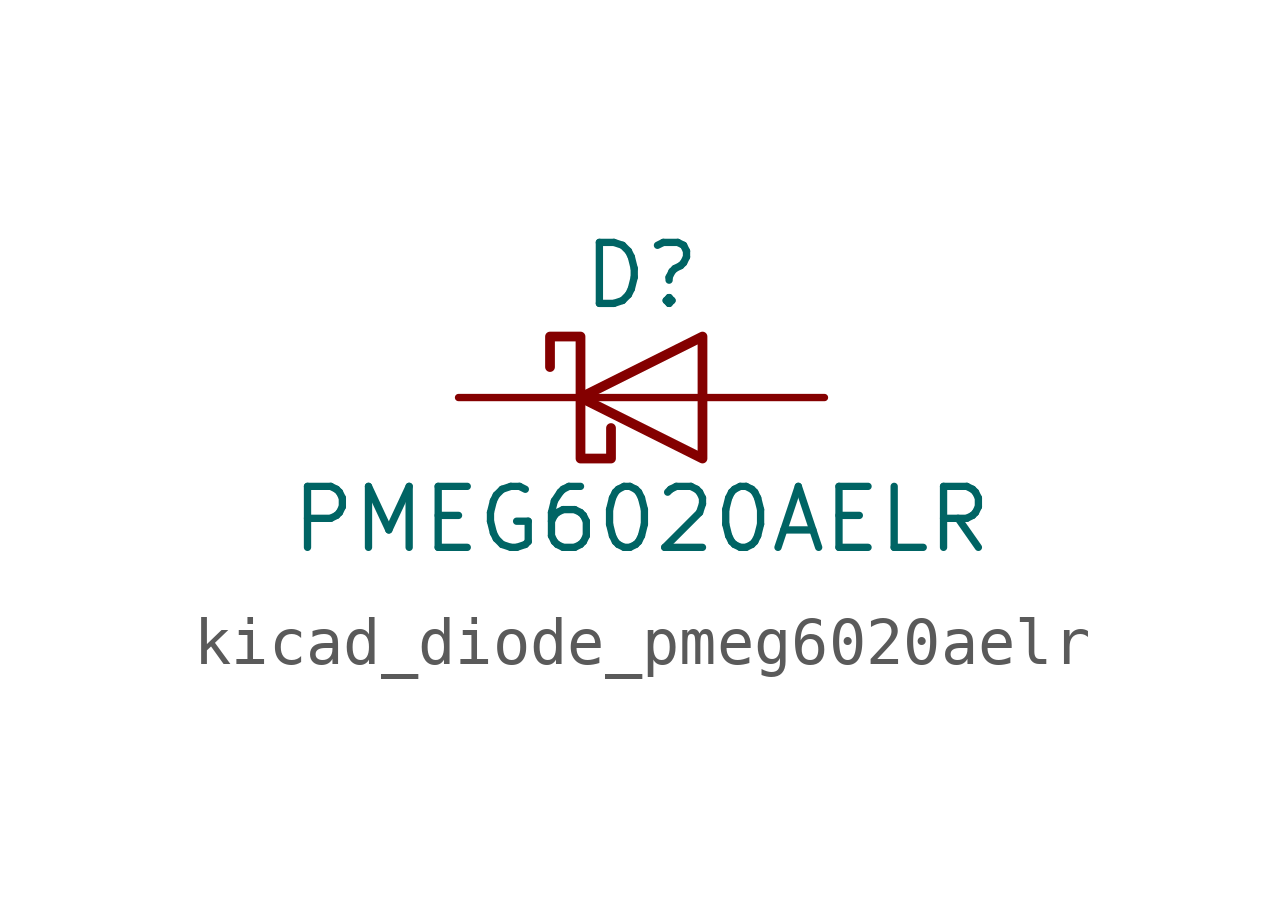
<source format=kicad_sym>
(kicad_symbol_lib
  (version 20220914)
  (generator kicad_symbol_editor)
  (symbol "kicad_diode_pmeg6020aelr"
    (pin_numbers hide)
    (pin_names hide)
    (property "Reference" "D"
      (at 0 2.54 0)
      (effects (font (size 1.27 1.27))))
    (property "Value" "PMEG6020AELR"
      (at 0 -2.54 0)
      (effects (font (size 1.27 1.27))))
    (symbol "kicad_diode_pmeg6020aelr_0_1"
      (polyline (pts (xy 1.27 0) (xy -1.27 0)) (stroke (width 0) (type default)) (fill (type none)))
      (polyline (pts (xy 1.27 1.27) (xy 1.27 -1.27) (xy -1.27 0) (xy 1.27 1.27)) (stroke (width 0.203) (type default)) (fill (type none)))
      (polyline (pts (xy -1.905 0.635) (xy -1.905 1.27) (xy -1.27 1.27) (xy -1.27 -1.27) (xy -0.635 -1.27) (xy -0.635 -0.635)) (stroke (width 0.203) (type default)) (fill (type none))))
    (symbol "kicad_diode_pmeg6020aelr_1_1"
      (pin passive line (at -3.81 0 0) (length 2.54) (name "K" (effects (font (size 1.27 1.27)))) (number "1" (effects (font (size 1.27 1.27)))))
      (pin passive line (at 3.81 0 180) (length 2.54) (name "A" (effects (font (size 1.27 1.27)))) (number "2" (effects (font (size 1.27 1.27))))))))
</source>
